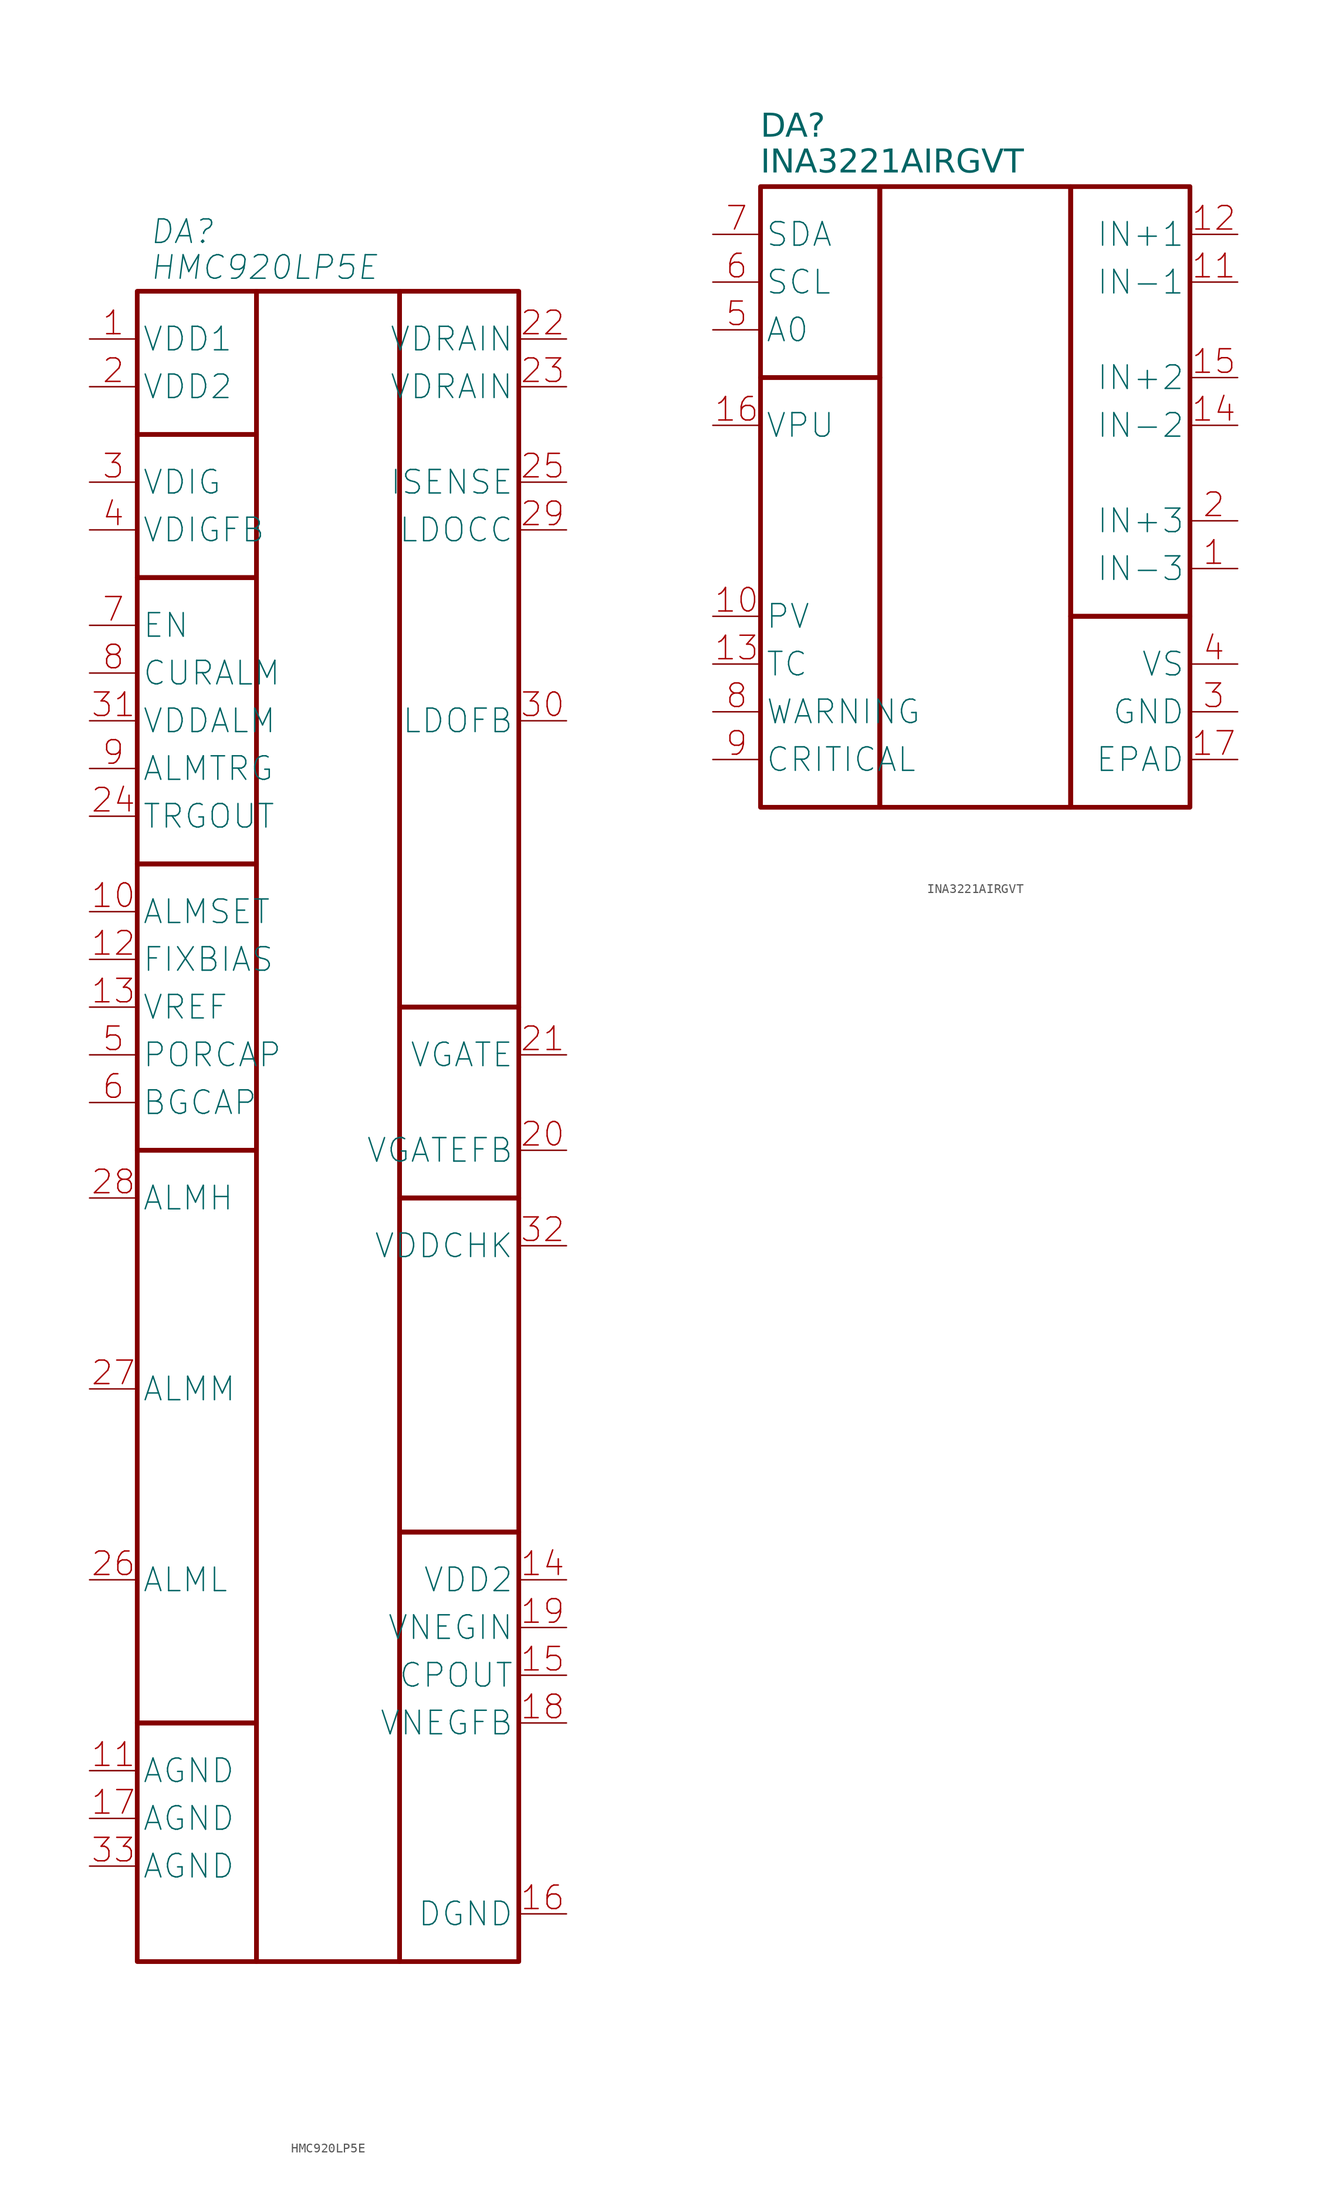
<source format=kicad_sym>
(kicad_symbol_lib
  (version 20241209)
  (generator "kicad_symbol_editor")
  (generator_version "9.0")
  (symbol "HMC920LP5E"
    (property "Reference" "DA"
      (at -19.05 6.35 0)
      (effects (font (size 2.5 2.5) (italic yes)) (justify left)))
    (property "Value" "HMC920LP5E"
      (at -19.05 2.54 0)
      (effects (font (size 2.5 2.5) (italic yes)) (justify left)))
    (symbol "HMC920LP5E_0_1"
      (rectangle (start -20.32 0) (end -7.62 -15.24) (stroke (width 0.5) (type default)) (fill (type none)))
      (rectangle (start -20.32 -15.24) (end -7.62 -30.48) (stroke (width 0.5) (type default)) (fill (type none)))
      (rectangle (start -20.32 -30.48) (end -7.62 -60.96) (stroke (width 0.5) (type default)) (fill (type none)))
      (rectangle (start -20.32 -60.96) (end -7.62 -91.44) (stroke (width 0.5) (type default)) (fill (type none)))
      (rectangle (start -20.32 -91.44) (end -7.62 -152.4) (stroke (width 0.5) (type default)) (fill (type none)))
      (rectangle (start -20.32 -152.4) (end -7.62 -177.8) (stroke (width 0.5) (type default)) (fill (type none)))
      (rectangle (start -7.62 0) (end 7.62 -177.8) (stroke (width 0.5) (type default)) (fill (type none)))
      (rectangle (start 7.62 0) (end 20.32 -76.2) (stroke (width 0.5) (type default)) (fill (type none)))
      (rectangle (start 7.62 -76.2) (end 20.32 -96.52) (stroke (width 0.5) (type default)) (fill (type none)))
      (rectangle (start 7.62 -96.52) (end 20.32 -132.08) (stroke (width 0.5) (type default)) (fill (type none)))
      (rectangle (start 7.62 -132.08) (end 20.32 -177.8) (stroke (width 0.5) (type default)) (fill (type none))))
    (symbol "HMC920LP5E_1_1"
      (pin power_in line (at -25.4 -5.08 0) (length 5.08) (name "VDD1" (effects (font (size 2.5 2.5)))) (number "1" (effects (font (size 2.5 2.5)))))
      (pin power_in line (at -25.4 -10.16 0) (length 5.08) (name "VDD2" (effects (font (size 2.5 2.5)))) (number "2" (effects (font (size 2.5 2.5)))))
      (pin power_out line (at -25.4 -20.32 0) (length 5.08) (name "VDIG" (effects (font (size 2.5 2.5)))) (number "3" (effects (font (size 2.5 2.5)))))
      (pin input line (at -25.4 -25.4 0) (length 5.08) (name "VDIGFB" (effects (font (size 2.5 2.5)))) (number "4" (effects (font (size 2.5 2.5)))))
      (pin input line (at -25.4 -35.56 0) (length 5.08) (name "EN" (effects (font (size 2.5 2.5)))) (number "7" (effects (font (size 2.5 2.5)))))
      (pin output line (at -25.4 -40.64 0) (length 5.08) (name "CURALM" (effects (font (size 2.5 2.5)))) (number "8" (effects (font (size 2.5 2.5)))))
      (pin output line (at -25.4 -45.72 0) (length 5.08) (name "VDDALM" (effects (font (size 2.5 2.5)))) (number "31" (effects (font (size 2.5 2.5)))))
      (pin input line (at -25.4 -50.8 0) (length 5.08) (name "ALMTRG" (effects (font (size 2.5 2.5)))) (number "9" (effects (font (size 2.5 2.5)))))
      (pin output line (at -25.4 -55.88 0) (length 5.08) (name "TRGOUT" (effects (font (size 2.5 2.5)))) (number "24" (effects (font (size 2.5 2.5)))))
      (pin passive line (at -25.4 -66.04 0) (length 5.08) (name "ALMSET" (effects (font (size 2.5 2.5)))) (number "10" (effects (font (size 2.5 2.5)))))
      (pin passive line (at -25.4 -71.12 0) (length 5.08) (name "FIXBIAS" (effects (font (size 2.5 2.5)))) (number "12" (effects (font (size 2.5 2.5)))))
      (pin power_out line (at -25.4 -76.2 0) (length 5.08) (name "VREF" (effects (font (size 2.5 2.5)))) (number "13" (effects (font (size 2.5 2.5)))))
      (pin passive line (at -25.4 -81.28 0) (length 5.08) (name "PORCAP" (effects (font (size 2.5 2.5)))) (number "5" (effects (font (size 2.5 2.5)))))
      (pin passive line (at -25.4 -86.36 0) (length 5.08) (name "BGCAP" (effects (font (size 2.5 2.5)))) (number "6" (effects (font (size 2.5 2.5)))))
      (pin passive line (at -25.4 -96.52 0) (length 5.08) (name "ALMH" (effects (font (size 2.5 2.5)))) (number "28" (effects (font (size 2.5 2.5)))))
      (pin passive line (at -25.4 -116.84 0) (length 5.08) (name "ALMM" (effects (font (size 2.5 2.5)))) (number "27" (effects (font (size 2.5 2.5)))))
      (pin passive line (at -25.4 -137.16 0) (length 5.08) (name "ALML" (effects (font (size 2.5 2.5)))) (number "26" (effects (font (size 2.5 2.5)))))
      (pin power_in line (at -25.4 -157.48 0) (length 5.08) (name "AGND" (effects (font (size 2.5 2.5)))) (number "11" (effects (font (size 2.5 2.5)))))
      (pin power_in line (at -25.4 -162.56 0) (length 5.08) (name "AGND" (effects (font (size 2.5 2.5)))) (number "17" (effects (font (size 2.5 2.5)))))
      (pin power_in line (at -25.4 -167.64 0) (length 5.08) (name "AGND" (effects (font (size 2.5 2.5)))) (number "33" (effects (font (size 2.5 2.5)))))
      (pin power_out line (at 25.4 -5.08 180) (length 5.08) (name "VDRAIN" (effects (font (size 2.5 2.5)))) (number "22" (effects (font (size 2.5 2.5)))))
      (pin passive line (at 25.4 -10.16 180) (length 5.08) (name "VDRAIN" (effects (font (size 2.5 2.5)))) (number "23" (effects (font (size 2.5 2.5)))))
      (pin passive line (at 25.4 -20.32 180) (length 5.08) (name "ISENSE" (effects (font (size 2.5 2.5)))) (number "25" (effects (font (size 2.5 2.5)))))
      (pin power_out line (at 25.4 -25.4 180) (length 5.08) (name "LDOCC" (effects (font (size 2.5 2.5)))) (number "29" (effects (font (size 2.5 2.5)))))
      (pin input line (at 25.4 -45.72 180) (length 5.08) (name "LDOFB" (effects (font (size 2.5 2.5)))) (number "30" (effects (font (size 2.5 2.5)))))
      (pin power_out line (at 25.4 -81.28 180) (length 5.08) (name "VGATE" (effects (font (size 2.5 2.5)))) (number "21" (effects (font (size 2.5 2.5)))))
      (pin input line (at 25.4 -91.44 180) (length 5.08) (name "VGATEFB" (effects (font (size 2.5 2.5)))) (number "20" (effects (font (size 2.5 2.5)))))
      (pin passive line (at 25.4 -101.6 180) (length 5.08) (name "VDDCHK" (effects (font (size 2.5 2.5)))) (number "32" (effects (font (size 2.5 2.5)))))
      (pin power_in line (at 25.4 -137.16 180) (length 5.08) (name "VDD2" (effects (font (size 2.5 2.5)))) (number "14" (effects (font (size 2.5 2.5)))))
      (pin power_out line (at 25.4 -142.24 180) (length 5.08) (name "VNEGIN" (effects (font (size 2.5 2.5)))) (number "19" (effects (font (size 2.5 2.5)))))
      (pin passive line (at 25.4 -147.32 180) (length 5.08) (name "CPOUT" (effects (font (size 2.5 2.5)))) (number "15" (effects (font (size 2.5 2.5)))))
      (pin input line (at 25.4 -152.4 180) (length 5.08) (name "VNEGFB" (effects (font (size 2.5 2.5)))) (number "18" (effects (font (size 2.5 2.5)))))
      (pin power_in line (at 25.4 -172.72 180) (length 5.08) (name "DGND" (effects (font (size 2.5 2.5)))) (number "16" (effects (font (size 2.5 2.5)))))))
  (symbol "INA3221AIRGVT"
    (property "Reference" "DA"
      (at -22.86 6.35 0)
      (effects (font (face "GOST type A") (size 2.5 2.5) (italic yes)) (justify left)))
    (property "Value" "INA3221AIRGVT"
      (at -22.86 2.54 0)
      (effects (font (face "GOST type A") (size 2.5 2.5) (italic yes)) (justify left)))
    (symbol "INA3221AIRGVT_1_1"
      (rectangle (start -22.86 0) (end -10.16 -20.32) (stroke (width 0.5) (type default)) (fill (type none)))
      (rectangle (start -22.86 -20.32) (end -10.16 -66.04) (stroke (width 0.5) (type default)) (fill (type none)))
      (rectangle (start -10.16 0) (end 10.16 -66.04) (stroke (width 0.5) (type default)) (fill (type none)))
      (rectangle (start 10.16 0) (end 22.86 -45.72) (stroke (width 0.5) (type default)) (fill (type none)))
      (rectangle (start 10.16 -45.72) (end 22.86 -66.04) (stroke (width 0.5) (type default)) (fill (type none)))
      (pin bidirectional line (at -27.94 -5.08 0) (length 5.08) (name "SDA" (effects (font (size 2.5 2.5)))) (number "7" (effects (font (size 2.5 2.5)))))
      (pin input line (at -27.94 -10.16 0) (length 5.08) (name "SCL" (effects (font (size 2.5 2.5)))) (number "6" (effects (font (size 2.5 2.5)))))
      (pin input line (at -27.94 -15.24 0) (length 5.08) (name "A0" (effects (font (size 2.5 2.5)))) (number "5" (effects (font (size 2.5 2.5)))))
      (pin power_in line (at -27.94 -25.4 0) (length 5.08) (name "VPU" (effects (font (size 2.5 2.5)))) (number "16" (effects (font (size 2.5 2.5)))))
      (pin open_collector line (at -27.94 -45.72 0) (length 5.08) (name "PV" (effects (font (size 2.5 2.5)))) (number "10" (effects (font (size 2.5 2.5)))))
      (pin open_collector line (at -27.94 -50.8 0) (length 5.08) (name "TC" (effects (font (size 2.5 2.5)))) (number "13" (effects (font (size 2.5 2.5)))))
      (pin open_collector line (at -27.94 -55.88 0) (length 5.08) (name "WARNING" (effects (font (size 2.5 2.5)))) (number "8" (effects (font (size 2.5 2.5)))))
      (pin open_collector line (at -27.94 -60.96 0) (length 5.08) (name "CRITICAL" (effects (font (size 2.5 2.5)))) (number "9" (effects (font (size 2.5 2.5)))))
      (pin input line (at 27.94 -5.08 180) (length 5.08) (name "IN+1" (effects (font (size 2.5 2.5)))) (number "12" (effects (font (size 2.5 2.5)))))
      (pin input line (at 27.94 -10.16 180) (length 5.08) (name "IN-1" (effects (font (size 2.5 2.5)))) (number "11" (effects (font (size 2.5 2.5)))))
      (pin input line (at 27.94 -20.32 180) (length 5.08) (name "IN+2" (effects (font (size 2.5 2.5)))) (number "15" (effects (font (size 2.5 2.5)))))
      (pin input line (at 27.94 -25.4 180) (length 5.08) (name "IN-2" (effects (font (size 2.5 2.5)))) (number "14" (effects (font (size 2.5 2.5)))))
      (pin input line (at 27.94 -35.56 180) (length 5.08) (name "IN+3" (effects (font (size 2.5 2.5)))) (number "2" (effects (font (size 2.5 2.5)))))
      (pin input line (at 27.94 -40.64 180) (length 5.08) (name "IN-3" (effects (font (size 2.5 2.5)))) (number "1" (effects (font (size 2.5 2.5)))))
      (pin power_in line (at 27.94 -50.8 180) (length 5.08) (name "VS" (effects (font (size 2.5 2.5)))) (number "4" (effects (font (size 2.5 2.5)))))
      (pin power_in line (at 27.94 -55.88 180) (length 5.08) (name "GND" (effects (font (size 2.5 2.5)))) (number "3" (effects (font (size 2.5 2.5)))))
      (pin power_in line (at 27.94 -60.96 180) (length 5.08) (name "EPAD" (effects (font (size 2.5 2.5)))) (number "17" (effects (font (size 2.5 2.5))))))))
</source>
